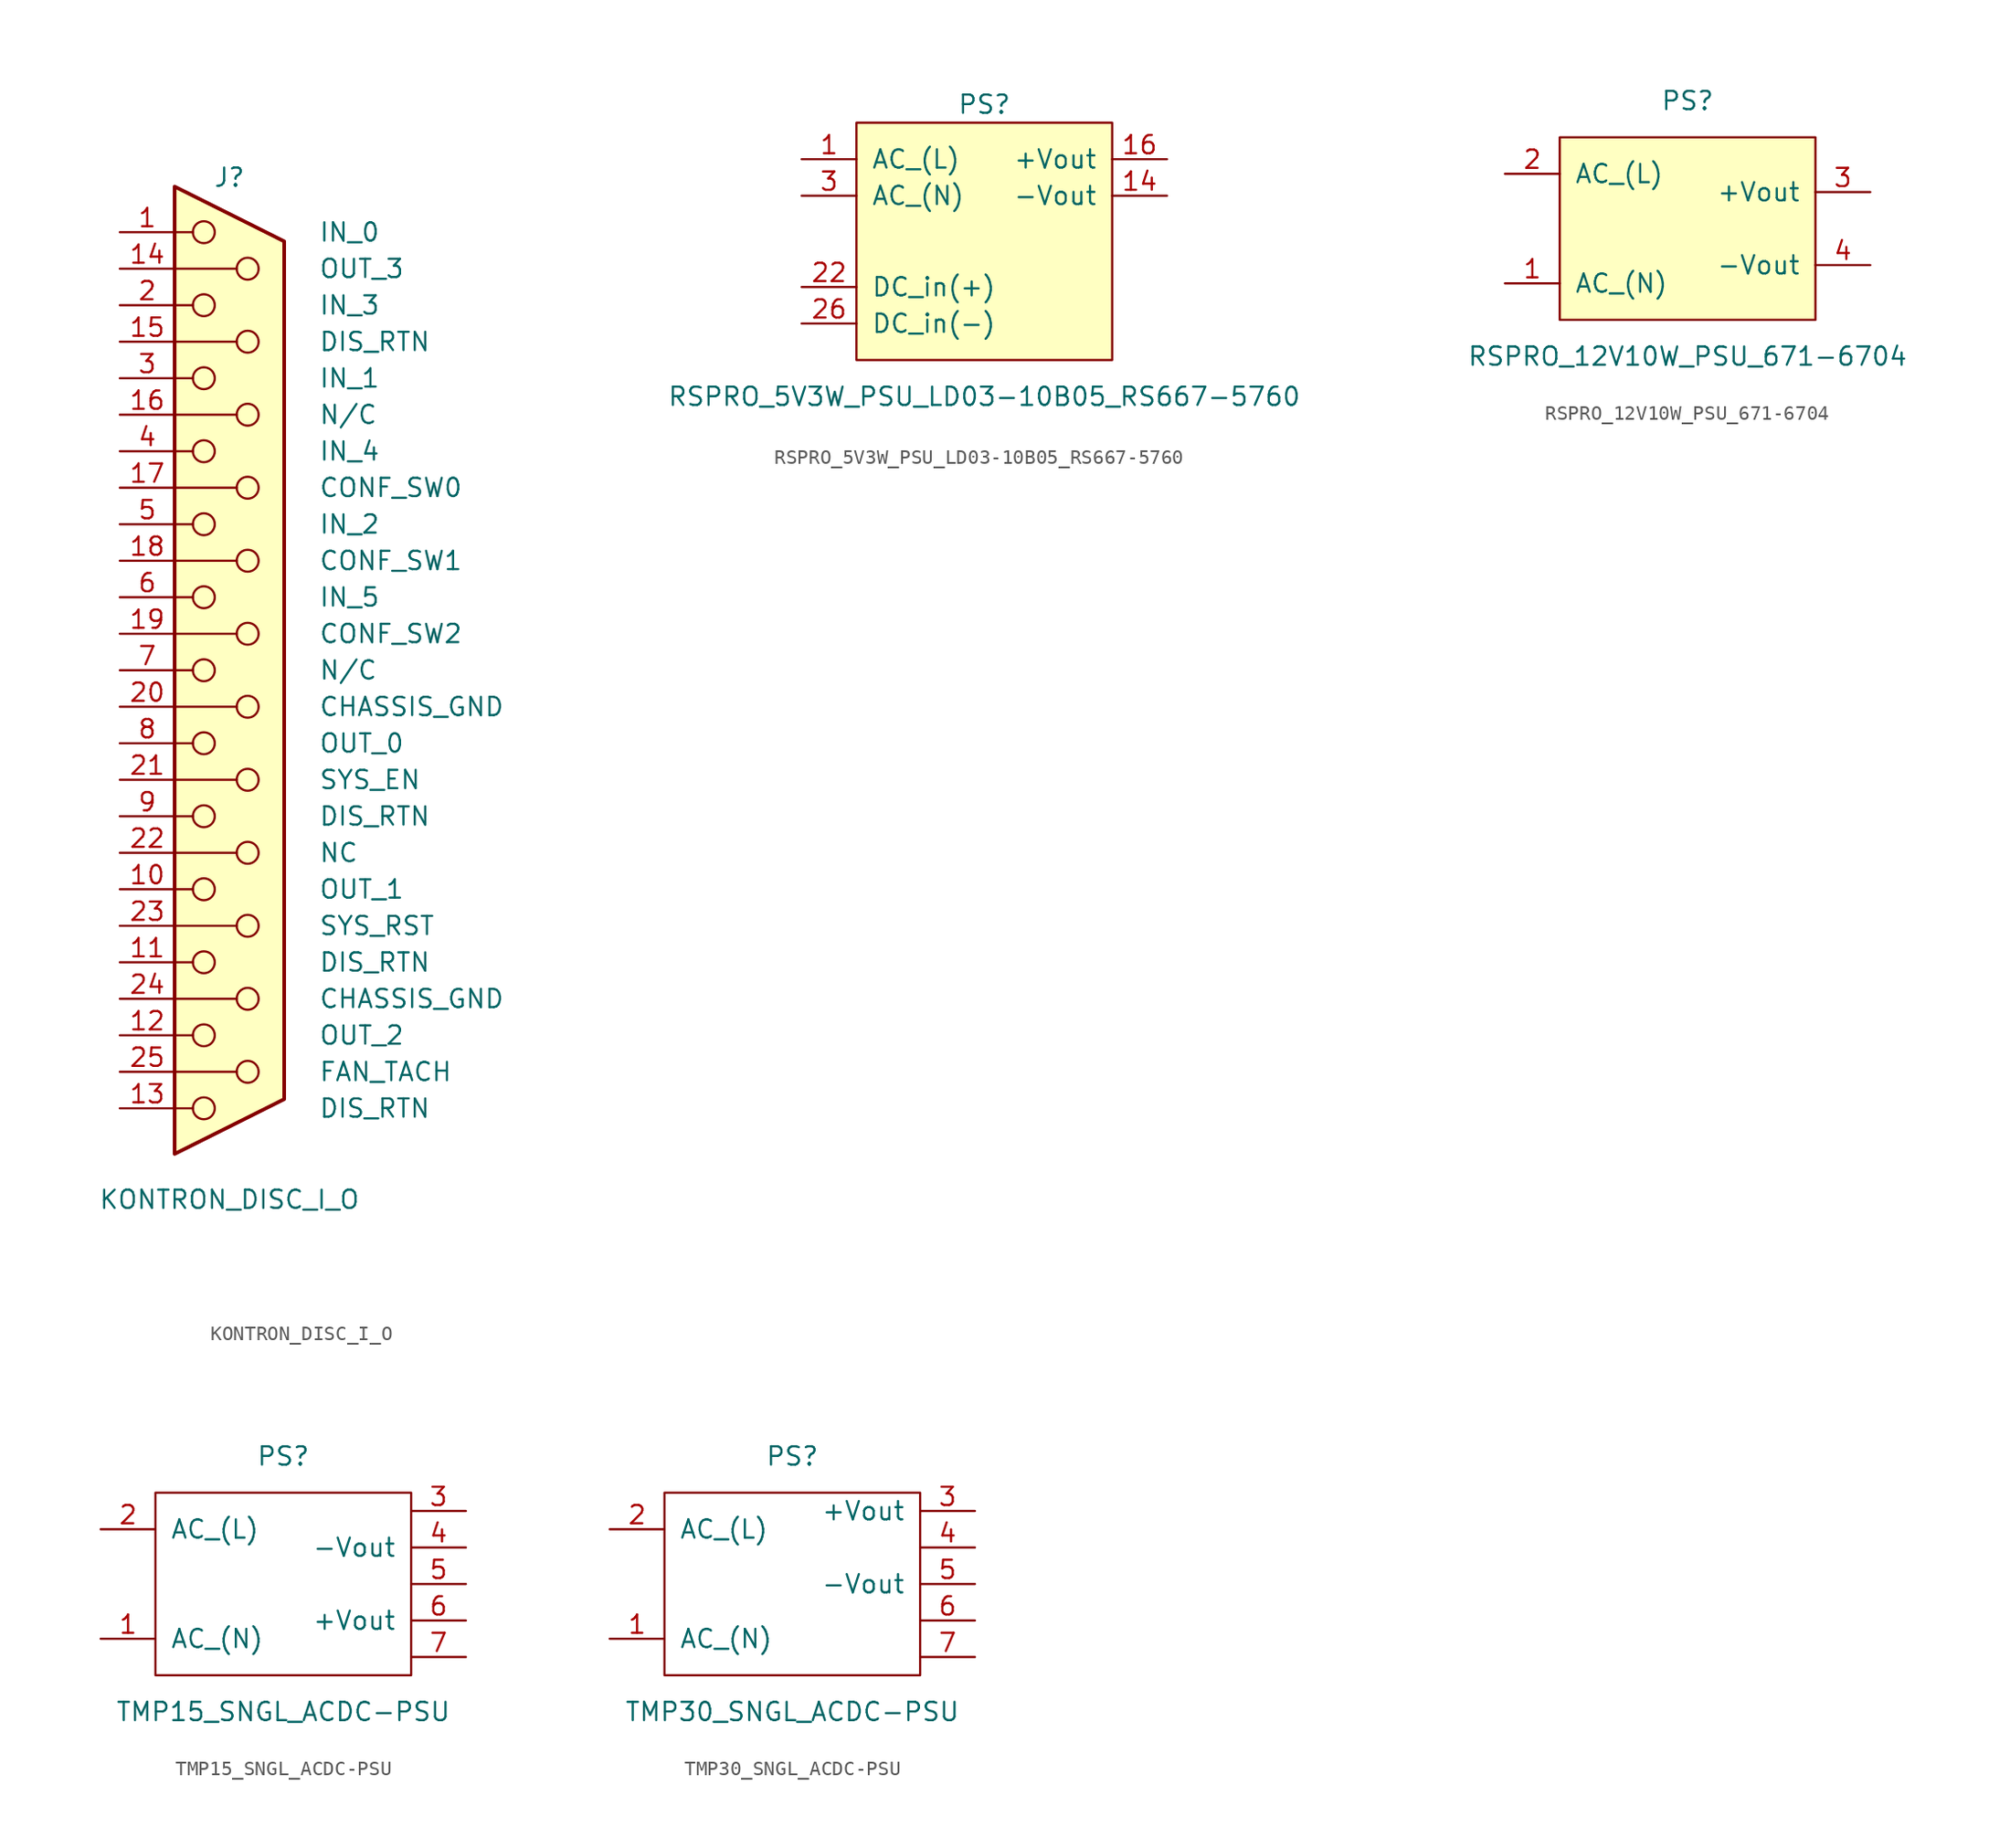
<source format=kicad_sym>
(kicad_symbol_lib
  (version 20211014)
  (generator kicad_symbol_editor)
  (symbol "KONTRON_DISC_I_O"
    (pin_names
      (offset 10.008))
    (property "Reference" "J"
      (at 0 34.29 0)
      (effects (font (size 1.27 1.27))))
    (property "Value" "KONTRON_DISC_I_O"
      (at 0 -36.83 0)
      (effects (font (size 1.27 1.27))))
    (symbol "KONTRON_DISC_I_O_0_1"
      (circle (center -1.778 -30.48) (radius 0.762) (stroke (width 0) (type default) (color 0 0 0 0)) (fill (type none)))
      (circle (center -1.778 -25.4) (radius 0.762) (stroke (width 0) (type default) (color 0 0 0 0)) (fill (type none)))
      (circle (center -1.778 -20.32) (radius 0.762) (stroke (width 0) (type default) (color 0 0 0 0)) (fill (type none)))
      (circle (center -1.778 -15.24) (radius 0.762) (stroke (width 0) (type default) (color 0 0 0 0)) (fill (type none)))
      (circle (center -1.778 -10.16) (radius 0.762) (stroke (width 0) (type default) (color 0 0 0 0)) (fill (type none)))
      (circle (center -1.778 -5.08) (radius 0.762) (stroke (width 0) (type default) (color 0 0 0 0)) (fill (type none)))
      (circle (center -1.778 0) (radius 0.762) (stroke (width 0) (type default) (color 0 0 0 0)) (fill (type none)))
      (circle (center -1.778 5.08) (radius 0.762) (stroke (width 0) (type default) (color 0 0 0 0)) (fill (type none)))
      (circle (center -1.778 10.16) (radius 0.762) (stroke (width 0) (type default) (color 0 0 0 0)) (fill (type none)))
      (circle (center -1.778 15.24) (radius 0.762) (stroke (width 0) (type default) (color 0 0 0 0)) (fill (type none)))
      (circle (center -1.778 20.32) (radius 0.762) (stroke (width 0) (type default) (color 0 0 0 0)) (fill (type none)))
      (circle (center -1.778 25.4) (radius 0.762) (stroke (width 0) (type default) (color 0 0 0 0)) (fill (type none)))
      (circle (center -1.778 30.48) (radius 0.762) (stroke (width 0) (type default) (color 0 0 0 0)) (fill (type none)))
      (polyline (pts (xy -3.81 -30.48) (xy -2.54 -30.48)) (stroke (width 0) (type default) (color 0 0 0 0)) (fill (type none)))
      (polyline (pts (xy -3.81 -27.94) (xy 0.508 -27.94)) (stroke (width 0) (type default) (color 0 0 0 0)) (fill (type none)))
      (polyline (pts (xy -3.81 -25.4) (xy -2.54 -25.4)) (stroke (width 0) (type default) (color 0 0 0 0)) (fill (type none)))
      (polyline (pts (xy -3.81 -22.86) (xy 0.508 -22.86)) (stroke (width 0) (type default) (color 0 0 0 0)) (fill (type none)))
      (polyline (pts (xy -3.81 -20.32) (xy -2.54 -20.32)) (stroke (width 0) (type default) (color 0 0 0 0)) (fill (type none)))
      (polyline (pts (xy -3.81 -17.78) (xy 0.508 -17.78)) (stroke (width 0) (type default) (color 0 0 0 0)) (fill (type none)))
      (polyline (pts (xy -3.81 -15.24) (xy -2.54 -15.24)) (stroke (width 0) (type default) (color 0 0 0 0)) (fill (type none)))
      (polyline (pts (xy -3.81 -12.7) (xy 0.508 -12.7)) (stroke (width 0) (type default) (color 0 0 0 0)) (fill (type none)))
      (polyline (pts (xy -3.81 -10.16) (xy -2.54 -10.16)) (stroke (width 0) (type default) (color 0 0 0 0)) (fill (type none)))
      (polyline (pts (xy -3.81 -7.62) (xy 0.508 -7.62)) (stroke (width 0) (type default) (color 0 0 0 0)) (fill (type none)))
      (polyline (pts (xy -3.81 -5.08) (xy -2.54 -5.08)) (stroke (width 0) (type default) (color 0 0 0 0)) (fill (type none)))
      (polyline (pts (xy -3.81 -2.54) (xy 0.508 -2.54)) (stroke (width 0) (type default) (color 0 0 0 0)) (fill (type none)))
      (polyline (pts (xy -3.81 0) (xy -2.54 0)) (stroke (width 0) (type default) (color 0 0 0 0)) (fill (type none)))
      (polyline (pts (xy -3.81 2.54) (xy 0.508 2.54)) (stroke (width 0) (type default) (color 0 0 0 0)) (fill (type none)))
      (polyline (pts (xy -3.81 5.08) (xy -2.54 5.08)) (stroke (width 0) (type default) (color 0 0 0 0)) (fill (type none)))
      (polyline (pts (xy -3.81 7.62) (xy 0.508 7.62)) (stroke (width 0) (type default) (color 0 0 0 0)) (fill (type none)))
      (polyline (pts (xy -3.81 10.16) (xy -2.54 10.16)) (stroke (width 0) (type default) (color 0 0 0 0)) (fill (type none)))
      (polyline (pts (xy -3.81 12.7) (xy 0.508 12.7)) (stroke (width 0) (type default) (color 0 0 0 0)) (fill (type none)))
      (polyline (pts (xy -3.81 15.24) (xy -2.54 15.24)) (stroke (width 0) (type default) (color 0 0 0 0)) (fill (type none)))
      (polyline (pts (xy -3.81 17.78) (xy 0.508 17.78)) (stroke (width 0) (type default) (color 0 0 0 0)) (fill (type none)))
      (polyline (pts (xy -3.81 20.32) (xy -2.54 20.32)) (stroke (width 0) (type default) (color 0 0 0 0)) (fill (type none)))
      (polyline (pts (xy -3.81 22.86) (xy 0.508 22.86)) (stroke (width 0) (type default) (color 0 0 0 0)) (fill (type none)))
      (polyline (pts (xy -3.81 25.4) (xy -2.54 25.4)) (stroke (width 0) (type default) (color 0 0 0 0)) (fill (type none)))
      (polyline (pts (xy -3.81 27.94) (xy 0.508 27.94)) (stroke (width 0) (type default) (color 0 0 0 0)) (fill (type none)))
      (polyline (pts (xy -3.81 30.48) (xy -2.54 30.48)) (stroke (width 0) (type default) (color 0 0 0 0)) (fill (type none)))
      (polyline (pts (xy -3.81 33.655) (xy 3.81 29.845) (xy 3.81 -29.845) (xy -3.81 -33.655) (xy -3.81 33.655)) (stroke (width 0.254) (type default) (color 0 0 0 0)) (fill (type background)))
      (circle (center 1.27 -27.94) (radius 0.762) (stroke (width 0) (type default) (color 0 0 0 0)) (fill (type none)))
      (circle (center 1.27 -22.86) (radius 0.762) (stroke (width 0) (type default) (color 0 0 0 0)) (fill (type none)))
      (circle (center 1.27 -17.78) (radius 0.762) (stroke (width 0) (type default) (color 0 0 0 0)) (fill (type none)))
      (circle (center 1.27 -12.7) (radius 0.762) (stroke (width 0) (type default) (color 0 0 0 0)) (fill (type none)))
      (circle (center 1.27 -7.62) (radius 0.762) (stroke (width 0) (type default) (color 0 0 0 0)) (fill (type none)))
      (circle (center 1.27 -2.54) (radius 0.762) (stroke (width 0) (type default) (color 0 0 0 0)) (fill (type none)))
      (circle (center 1.27 2.54) (radius 0.762) (stroke (width 0) (type default) (color 0 0 0 0)) (fill (type none)))
      (circle (center 1.27 7.62) (radius 0.762) (stroke (width 0) (type default) (color 0 0 0 0)) (fill (type none)))
      (circle (center 1.27 12.7) (radius 0.762) (stroke (width 0) (type default) (color 0 0 0 0)) (fill (type none)))
      (circle (center 1.27 17.78) (radius 0.762) (stroke (width 0) (type default) (color 0 0 0 0)) (fill (type none)))
      (circle (center 1.27 22.86) (radius 0.762) (stroke (width 0) (type default) (color 0 0 0 0)) (fill (type none)))
      (circle (center 1.27 27.94) (radius 0.762) (stroke (width 0) (type default) (color 0 0 0 0)) (fill (type none))))
    (symbol "KONTRON_DISC_I_O_1_1"
      (pin passive line (at -7.62 30.48 0) (length 3.81) (name "IN_0" (effects (font (size 1.27 1.27)))) (number "1" (effects (font (size 1.27 1.27)))))
      (pin passive line (at -7.62 -15.24 0) (length 3.81) (name "OUT_1" (effects (font (size 1.27 1.27)))) (number "10" (effects (font (size 1.27 1.27)))))
      (pin passive line (at -7.62 -20.32 0) (length 3.81) (name "DIS_RTN" (effects (font (size 1.27 1.27)))) (number "11" (effects (font (size 1.27 1.27)))))
      (pin passive line (at -7.62 -25.4 0) (length 3.81) (name "OUT_2" (effects (font (size 1.27 1.27)))) (number "12" (effects (font (size 1.27 1.27)))))
      (pin passive line (at -7.62 -30.48 0) (length 3.81) (name "DIS_RTN" (effects (font (size 1.27 1.27)))) (number "13" (effects (font (size 1.27 1.27)))))
      (pin passive line (at -7.62 27.94 0) (length 3.81) (name "OUT_3" (effects (font (size 1.27 1.27)))) (number "14" (effects (font (size 1.27 1.27)))))
      (pin passive line (at -7.62 22.86 0) (length 3.81) (name "DIS_RTN" (effects (font (size 1.27 1.27)))) (number "15" (effects (font (size 1.27 1.27)))))
      (pin passive line (at -7.62 17.78 0) (length 3.81) (name "N/C" (effects (font (size 1.27 1.27)))) (number "16" (effects (font (size 1.27 1.27)))))
      (pin passive line (at -7.62 12.7 0) (length 3.81) (name "CONF_SW0" (effects (font (size 1.27 1.27)))) (number "17" (effects (font (size 1.27 1.27)))))
      (pin passive line (at -7.62 7.62 0) (length 3.81) (name "CONF_SW1" (effects (font (size 1.27 1.27)))) (number "18" (effects (font (size 1.27 1.27)))))
      (pin passive line (at -7.62 2.54 0) (length 3.81) (name "CONF_SW2" (effects (font (size 1.27 1.27)))) (number "19" (effects (font (size 1.27 1.27)))))
      (pin passive line (at -7.62 25.4 0) (length 3.81) (name "IN_3" (effects (font (size 1.27 1.27)))) (number "2" (effects (font (size 1.27 1.27)))))
      (pin passive line (at -7.62 -2.54 0) (length 3.81) (name "CHASSIS_GND" (effects (font (size 1.27 1.27)))) (number "20" (effects (font (size 1.27 1.27)))))
      (pin passive line (at -7.62 -7.62 0) (length 3.81) (name "SYS_EN" (effects (font (size 1.27 1.27)))) (number "21" (effects (font (size 1.27 1.27)))))
      (pin passive line (at -7.62 -12.7 0) (length 3.81) (name "NC" (effects (font (size 1.27 1.27)))) (number "22" (effects (font (size 1.27 1.27)))))
      (pin passive line (at -7.62 -17.78 0) (length 3.81) (name "SYS_RST" (effects (font (size 1.27 1.27)))) (number "23" (effects (font (size 1.27 1.27)))))
      (pin passive line (at -7.62 -22.86 0) (length 3.81) (name "CHASSIS_GND" (effects (font (size 1.27 1.27)))) (number "24" (effects (font (size 1.27 1.27)))))
      (pin passive line (at -7.62 -27.94 0) (length 3.81) (name "FAN_TACH" (effects (font (size 1.27 1.27)))) (number "25" (effects (font (size 1.27 1.27)))))
      (pin passive line (at -7.62 20.32 0) (length 3.81) (name "IN_1" (effects (font (size 1.27 1.27)))) (number "3" (effects (font (size 1.27 1.27)))))
      (pin passive line (at -7.62 15.24 0) (length 3.81) (name "IN_4" (effects (font (size 1.27 1.27)))) (number "4" (effects (font (size 1.27 1.27)))))
      (pin passive line (at -7.62 10.16 0) (length 3.81) (name "IN_2" (effects (font (size 1.27 1.27)))) (number "5" (effects (font (size 1.27 1.27)))))
      (pin passive line (at -7.62 5.08 0) (length 3.81) (name "IN_5" (effects (font (size 1.27 1.27)))) (number "6" (effects (font (size 1.27 1.27)))))
      (pin passive line (at -7.62 0 0) (length 3.81) (name "N/C" (effects (font (size 1.27 1.27)))) (number "7" (effects (font (size 1.27 1.27)))))
      (pin passive line (at -7.62 -5.08 0) (length 3.81) (name "OUT_0" (effects (font (size 1.27 1.27)))) (number "8" (effects (font (size 1.27 1.27)))))
      (pin passive line (at -7.62 -10.16 0) (length 3.81) (name "DIS_RTN" (effects (font (size 1.27 1.27)))) (number "9" (effects (font (size 1.27 1.27)))))))
  (symbol "RSPRO_5V3W_PSU_LD03-10B05_RS667-5760 "
    (pin_names
      (offset 1.016))
    (property "Reference" "PS"
      (at 0 11.43 0)
      (effects (font (size 1.27 1.27))))
    (property "Value" "RSPRO_5V3W_PSU_LD03-10B05_RS667-5760 "
      (at 0 -8.89 0)
      (effects (font (size 1.27 1.27))))
    (symbol "RSPRO_5V3W_PSU_LD03-10B05_RS667-5760 _0_1"
      (rectangle (start -8.89 10.16) (end 8.89 -6.35) (stroke (width 0) (type default) (color 0 0 0 0)) (fill (type background))))
    (symbol "RSPRO_5V3W_PSU_LD03-10B05_RS667-5760 _1_1"
      (pin power_in line (at -12.7 7.62 0) (length 3.81) (name "AC_(L)" (effects (font (size 1.27 1.27)))) (number "1" (effects (font (size 1.27 1.27)))))
      (pin power_out line (at 12.7 5.08 180) (length 3.81) (name "-Vout" (effects (font (size 1.27 1.27)))) (number "14" (effects (font (size 1.27 1.27)))))
      (pin power_out line (at 12.7 7.62 180) (length 3.81) (name "+Vout" (effects (font (size 1.27 1.27)))) (number "16" (effects (font (size 1.27 1.27)))))
      (pin power_in line (at -12.7 -1.27 0) (length 3.81) (name "DC_in(+)" (effects (font (size 1.27 1.27)))) (number "22" (effects (font (size 1.27 1.27)))))
      (pin power_in line (at -12.7 -3.81 0) (length 3.81) (name "DC_in(-)" (effects (font (size 1.27 1.27)))) (number "26" (effects (font (size 1.27 1.27)))))
      (pin power_in line (at -12.7 5.08 0) (length 3.81) (name "AC_(N)" (effects (font (size 1.27 1.27)))) (number "3" (effects (font (size 1.27 1.27)))))))
  (symbol "RSPRO_12V10W_PSU_671-6704"
    (pin_names
      (offset 1.016))
    (property "Reference" "PS"
      (at 0 8.89 0)
      (effects (font (size 1.27 1.27))))
    (property "Value" "RSPRO_12V10W_PSU_671-6704"
      (at 0 -8.89 0)
      (effects (font (size 1.27 1.27))))
    (symbol "RSPRO_12V10W_PSU_671-6704_0_1"
      (rectangle (start -8.89 6.35) (end 8.89 -6.35) (stroke (width 0) (type default) (color 0 0 0 0)) (fill (type background))))
    (symbol "RSPRO_12V10W_PSU_671-6704_1_1"
      (pin power_in line (at -12.7 -3.81 0) (length 3.81) (name "AC_(N)" (effects (font (size 1.27 1.27)))) (number "1" (effects (font (size 1.27 1.27)))))
      (pin power_in line (at -12.7 3.81 0) (length 3.81) (name "AC_(L)" (effects (font (size 1.27 1.27)))) (number "2" (effects (font (size 1.27 1.27)))))
      (pin power_out line (at 12.7 2.54 180) (length 3.81) (name "+Vout" (effects (font (size 1.27 1.27)))) (number "3" (effects (font (size 1.27 1.27)))))
      (pin power_out line (at 12.7 -2.54 180) (length 3.81) (name "-Vout" (effects (font (size 1.27 1.27)))) (number "4" (effects (font (size 1.27 1.27)))))))
  (symbol "TMP15_SNGL_ACDC-PSU"
    (pin_names
      (offset 1.016))
    (property "Reference" "PS"
      (at 0 8.89 0)
      (effects (font (size 1.27 1.27))))
    (property "Value" "TMP15_SNGL_ACDC-PSU"
      (at 0 -8.89 0)
      (effects (font (size 1.27 1.27))))
    (symbol "TMP15_SNGL_ACDC-PSU_0_1"
      (rectangle (start -8.89 6.35) (end 8.89 -6.35) (stroke (width 0) (type default) (color 0 0 0 0)) (fill (type none))))
    (symbol "TMP15_SNGL_ACDC-PSU_1_1"
      (pin power_in line (at -12.7 -3.81 0) (length 3.81) (name "AC_(N)" (effects (font (size 1.27 1.27)))) (number "1" (effects (font (size 1.27 1.27)))))
      (pin power_in line (at -12.7 3.81 0) (length 3.81) (name "AC_(L)" (effects (font (size 1.27 1.27)))) (number "2" (effects (font (size 1.27 1.27)))))
      (pin power_out line (at 12.7 5.08 180) (length 3.81) (name "~" (effects (font (size 1.27 1.27)))) (number "3" (effects (font (size 1.27 1.27)))))
      (pin power_out line (at 12.7 2.54 180) (length 3.81) (name "-Vout" (effects (font (size 1.27 1.27)))) (number "4" (effects (font (size 1.27 1.27)))))
      (pin power_out line (at 12.7 0 180) (length 3.81) (name "~" (effects (font (size 1.27 1.27)))) (number "5" (effects (font (size 1.27 1.27)))))
      (pin power_out line (at 12.7 -2.54 180) (length 3.81) (name "+Vout" (effects (font (size 1.27 1.27)))) (number "6" (effects (font (size 1.27 1.27)))))
      (pin power_out line (at 12.7 -5.08 180) (length 3.81) (name "~" (effects (font (size 1.27 1.27)))) (number "7" (effects (font (size 1.27 1.27)))))))
  (symbol "TMP30_SNGL_ACDC-PSU"
    (pin_names
      (offset 1.016))
    (property "Reference" "PS"
      (at 0 8.89 0)
      (effects (font (size 1.27 1.27))))
    (property "Value" "TMP30_SNGL_ACDC-PSU"
      (at 0 -8.89 0)
      (effects (font (size 1.27 1.27))))
    (symbol "TMP30_SNGL_ACDC-PSU_0_1"
      (rectangle (start -8.89 6.35) (end 8.89 -6.35) (stroke (width 0) (type default) (color 0 0 0 0)) (fill (type none))))
    (symbol "TMP30_SNGL_ACDC-PSU_1_1"
      (pin power_in line (at -12.7 -3.81 0) (length 3.81) (name "AC_(N)" (effects (font (size 1.27 1.27)))) (number "1" (effects (font (size 1.27 1.27)))))
      (pin power_in line (at -12.7 3.81 0) (length 3.81) (name "AC_(L)" (effects (font (size 1.27 1.27)))) (number "2" (effects (font (size 1.27 1.27)))))
      (pin power_in line (at 12.7 5.08 180) (length 3.81) (name "+Vout" (effects (font (size 1.27 1.27)))) (number "3" (effects (font (size 1.27 1.27)))))
      (pin power_in line (at 12.7 2.54 180) (length 3.81) (name "~" (effects (font (size 1.27 1.27)))) (number "4" (effects (font (size 1.27 1.27)))))
      (pin power_in line (at 12.7 0 180) (length 3.81) (name "-Vout" (effects (font (size 1.27 1.27)))) (number "5" (effects (font (size 1.27 1.27)))))
      (pin power_in line (at 12.7 -2.54 180) (length 3.81) (name "~" (effects (font (size 1.27 1.27)))) (number "6" (effects (font (size 1.27 1.27)))))
      (pin power_in line (at 12.7 -5.08 180) (length 3.81) (name "~" (effects (font (size 1.27 1.27)))) (number "7" (effects (font (size 1.27 1.27))))))))
</source>
